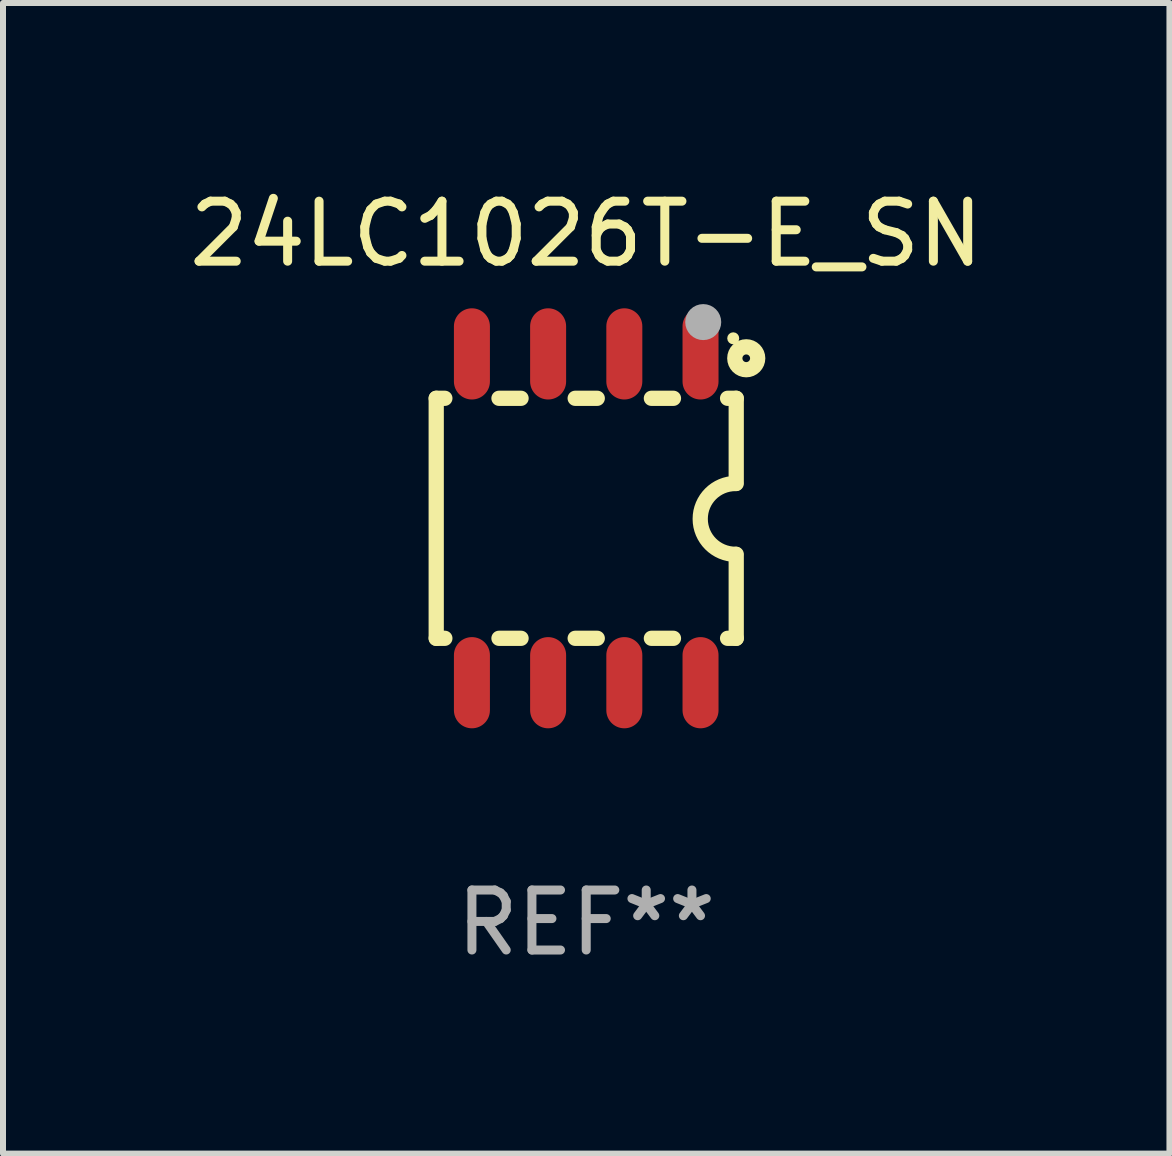
<source format=kicad_pcb>
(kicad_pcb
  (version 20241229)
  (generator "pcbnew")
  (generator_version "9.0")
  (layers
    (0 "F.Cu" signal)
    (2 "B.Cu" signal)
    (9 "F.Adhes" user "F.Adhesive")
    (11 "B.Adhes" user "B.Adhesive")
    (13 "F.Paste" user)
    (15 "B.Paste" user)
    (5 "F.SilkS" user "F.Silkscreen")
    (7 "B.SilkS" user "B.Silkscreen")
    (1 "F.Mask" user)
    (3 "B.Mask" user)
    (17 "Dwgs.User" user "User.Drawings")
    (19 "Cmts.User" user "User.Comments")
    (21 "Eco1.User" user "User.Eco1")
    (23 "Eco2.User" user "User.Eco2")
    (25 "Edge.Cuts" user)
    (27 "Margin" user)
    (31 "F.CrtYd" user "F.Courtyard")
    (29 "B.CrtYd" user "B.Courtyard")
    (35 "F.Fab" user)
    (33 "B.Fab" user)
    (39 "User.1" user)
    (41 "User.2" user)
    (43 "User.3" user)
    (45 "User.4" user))
  (footprint "24LC1026T-E_SN"
    (layer "F.Cu")
    (at 6.72 5.588)
    (property "Reference" "24LC1026T-E_SN" (at 0 -4.74 0) (layer "F.SilkS") (effects (font (size 1 1) (thickness 0.15))))
    (attr through_hole)
    (fp_line (start -2.5 2) (end -2.5 -2) (stroke (width 0.254) (type solid)) (layer "F.SilkS"))
    (fp_line (start -2.356 -2) (end -2.5 -2) (stroke (width 0.254) (type solid)) (layer "F.SilkS"))
    (fp_line (start -2.356 2) (end -2.5 2) (stroke (width 0.254) (type solid)) (layer "F.SilkS"))
    (fp_line (start -1.086 -2) (end -1.454 -2) (stroke (width 0.254) (type solid)) (layer "F.SilkS"))
    (fp_line (start -1.086 2) (end -1.454 2) (stroke (width 0.254) (type solid)) (layer "F.SilkS"))
    (fp_line (start 0.184 -2) (end -0.184 -2) (stroke (width 0.254) (type solid)) (layer "F.SilkS"))
    (fp_line (start 0.184 2) (end -0.184 2) (stroke (width 0.254) (type solid)) (layer "F.SilkS"))
    (fp_line (start 1.454 -2) (end 1.086 -2) (stroke (width 0.254) (type solid)) (layer "F.SilkS"))
    (fp_line (start 1.454 2) (end 1.086 2) (stroke (width 0.254) (type solid)) (layer "F.SilkS"))
    (fp_line (start 2.5 -2) (end 2.356 -2) (stroke (width 0.254) (type solid)) (layer "F.SilkS"))
    (fp_line (start 2.5 -0.58) (end 2.5 -2) (stroke (width 0.254) (type solid)) (layer "F.SilkS"))
    (fp_line (start 2.5 2) (end 2.356 2) (stroke (width 0.254) (type solid)) (layer "F.SilkS"))
    (fp_line (start 2.5 2) (end 2.5 0.6) (stroke (width 0.254) (type solid)) (layer "F.SilkS"))
    (fp_arc (start 2.489992 0.600051) (mid 1.901674 0.010046) (end 2.489992 -0.579959) (stroke (width 0.254001) (type solid)) (layer "F.SilkS"))
    (fp_circle (center 2.45 -3) (end 2.5 -3) (stroke (width 0.1) (type solid)) (fill no) (layer "F.SilkS"))
    (fp_circle (center 2.667 -2.667) (end 2.858 -2.667) (stroke (width 0.254) (type solid)) (fill no) (layer "F.SilkS"))
    (fp_circle (center 1.95 -3.27) (end 2.1 -3.27) (stroke (width 0.3) (type solid)) (fill no) (layer "F.Fab"))
    (fp_text user "REF**" (at 0 6.74 0) (layer "F.Fab") (effects (font (size 1 1) (thickness 0.15))))
    (pad "1" smd oval (at 1.905 -2.74) (size 0.6 1.52) (layers "F.Cu" "F.Mask" "F.Paste"))
    (pad "2" smd oval (at 0.635 -2.74) (size 0.6 1.52) (layers "F.Cu" "F.Mask" "F.Paste"))
    (pad "3" smd oval (at -0.635 -2.74) (size 0.6 1.52) (layers "F.Cu" "F.Mask" "F.Paste"))
    (pad "4" smd oval (at -1.905 -2.74) (size 0.6 1.52) (layers "F.Cu" "F.Mask" "F.Paste"))
    (pad "5" smd oval (at -1.905 2.74) (size 0.6 1.52) (layers "F.Cu" "F.Mask" "F.Paste"))
    (pad "6" smd oval (at -0.635 2.74) (size 0.6 1.52) (layers "F.Cu" "F.Mask" "F.Paste"))
    (pad "7" smd oval (at 0.635 2.74) (size 0.6 1.52) (layers "F.Cu" "F.Mask" "F.Paste"))
    (pad "8" smd oval (at 1.905 2.74) (size 0.6 1.52) (layers "F.Cu" "F.Mask" "F.Paste")))
  (gr_rect
    (start -3 -3)
    (end 16.44 16.176)
    (stroke (width 0.1) (type default))
    (fill no)
    (layer "Edge.Cuts")))
</source>
